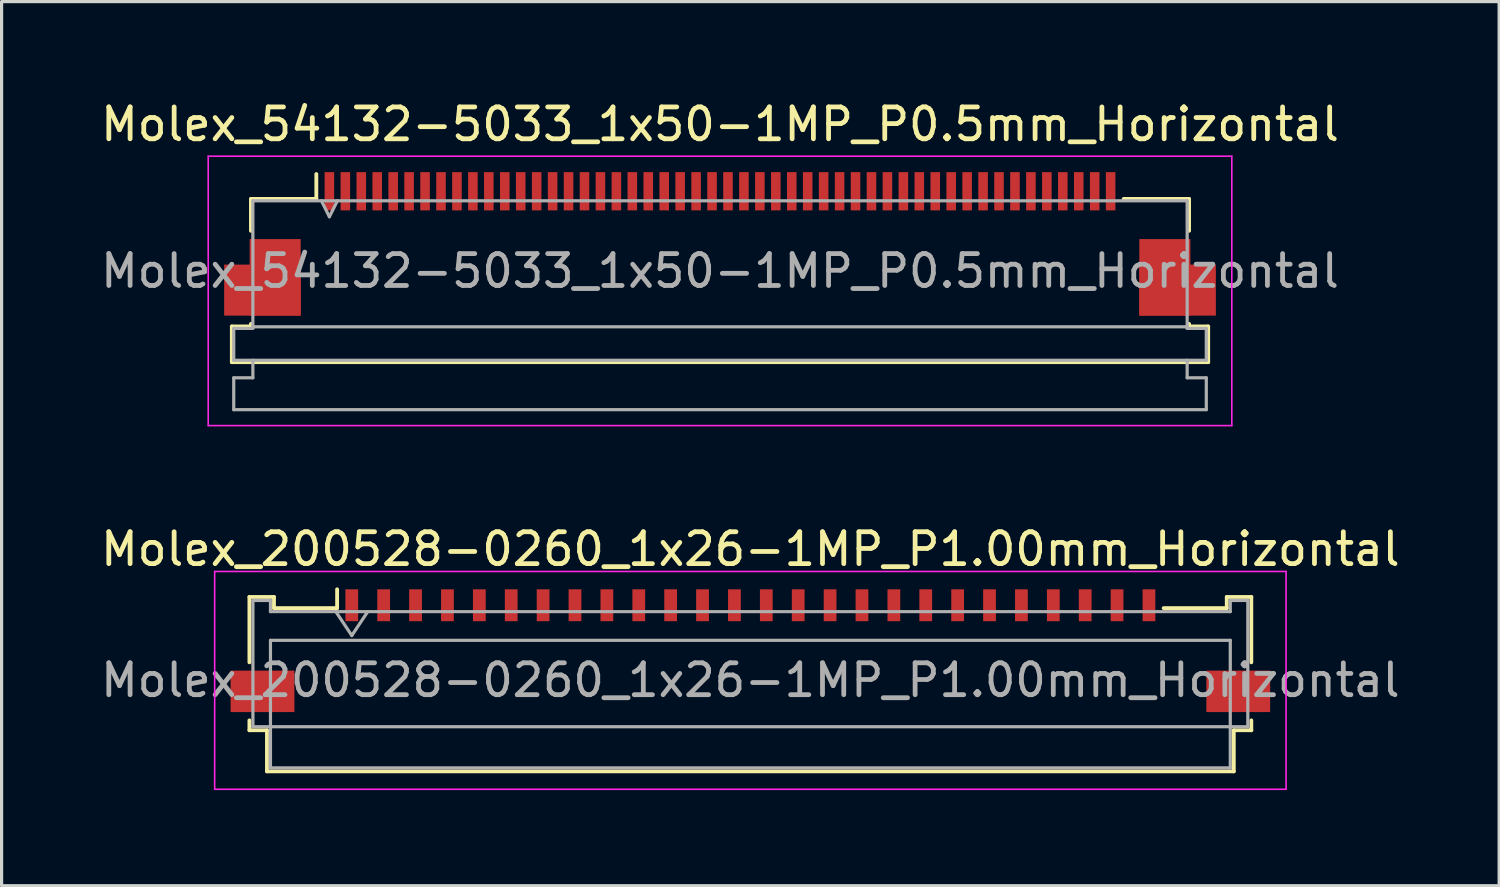
<source format=kicad_pcb>
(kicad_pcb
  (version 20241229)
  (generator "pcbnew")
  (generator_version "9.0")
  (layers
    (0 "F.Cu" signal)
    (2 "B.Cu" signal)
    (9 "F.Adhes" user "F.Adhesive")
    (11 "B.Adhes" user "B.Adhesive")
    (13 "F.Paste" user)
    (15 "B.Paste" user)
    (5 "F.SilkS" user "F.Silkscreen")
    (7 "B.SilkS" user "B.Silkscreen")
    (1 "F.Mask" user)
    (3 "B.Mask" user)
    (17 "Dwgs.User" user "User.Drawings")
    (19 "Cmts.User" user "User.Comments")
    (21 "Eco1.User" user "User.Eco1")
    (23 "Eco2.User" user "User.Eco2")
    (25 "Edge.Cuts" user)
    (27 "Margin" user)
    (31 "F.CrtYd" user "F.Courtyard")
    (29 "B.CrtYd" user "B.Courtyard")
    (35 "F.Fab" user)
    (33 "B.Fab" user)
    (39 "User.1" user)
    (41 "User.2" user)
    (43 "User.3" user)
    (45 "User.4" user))
  (footprint "Molex_200528-0260_1x26-1MP_P1.00mm_Horizontal"
    (layer "F.Cu")
    (at 20.482 16.841)
    (property "Reference" "Molex_200528-0260_1x26-1MP_P1.00mm_Horizontal" (at 0 -2.67 0) (layer "F.SilkS") (effects (font (size 1 1) (thickness 0.15))))
    (attr smd)
    (fp_line (start -15.71 -1.17) (end -15.71 0.88) (stroke (width 0.12) (type solid)) (layer "F.SilkS"))
    (fp_line (start -15.71 2.7) (end -15.71 3.01) (stroke (width 0.12) (type solid)) (layer "F.SilkS"))
    (fp_line (start -15.71 3.01) (end -15.16 3.01) (stroke (width 0.12) (type solid)) (layer "F.SilkS"))
    (fp_line (start -15.16 3.01) (end -15.16 4.3) (stroke (width 0.12) (type solid)) (layer "F.SilkS"))
    (fp_line (start -15.16 4.3) (end 15.16 4.3) (stroke (width 0.12) (type solid)) (layer "F.SilkS"))
    (fp_line (start -14.94 -1.17) (end -15.71 -1.17) (stroke (width 0.12) (type solid)) (layer "F.SilkS"))
    (fp_line (start -14.94 -0.82) (end -14.94 -1.17) (stroke (width 0.12) (type solid)) (layer "F.SilkS"))
    (fp_line (start -12.96 -1.41) (end -12.96 -0.82) (stroke (width 0.12) (type solid)) (layer "F.SilkS"))
    (fp_line (start -12.96 -0.82) (end -14.94 -0.82) (stroke (width 0.12) (type solid)) (layer "F.SilkS"))
    (fp_line (start 14.94 -1.17) (end 14.94 -0.82) (stroke (width 0.12) (type solid)) (layer "F.SilkS"))
    (fp_line (start 14.94 -0.82) (end 12.96 -0.82) (stroke (width 0.12) (type solid)) (layer "F.SilkS"))
    (fp_line (start 15.16 3.01) (end 15.71 3.01) (stroke (width 0.12) (type solid)) (layer "F.SilkS"))
    (fp_line (start 15.16 4.3) (end 15.16 3.01) (stroke (width 0.12) (type solid)) (layer "F.SilkS"))
    (fp_line (start 15.71 -1.17) (end 14.94 -1.17) (stroke (width 0.12) (type solid)) (layer "F.SilkS"))
    (fp_line (start 15.71 0.88) (end 15.71 -1.17) (stroke (width 0.12) (type solid)) (layer "F.SilkS"))
    (fp_line (start 15.71 3.01) (end 15.71 2.7) (stroke (width 0.12) (type solid)) (layer "F.SilkS"))
    (fp_line (start -16.8 -1.97) (end -16.8 4.86) (stroke (width 0.05) (type solid)) (layer "F.CrtYd"))
    (fp_line (start -16.8 4.86) (end 16.8 4.86) (stroke (width 0.05) (type solid)) (layer "F.CrtYd"))
    (fp_line (start 16.8 -1.97) (end -16.8 -1.97) (stroke (width 0.05) (type solid)) (layer "F.CrtYd"))
    (fp_line (start 16.8 4.86) (end 16.8 -1.97) (stroke (width 0.05) (type solid)) (layer "F.CrtYd"))
    (fp_line (start -15.6 -1.06) (end -15.6 2.9) (stroke (width 0.1) (type solid)) (layer "F.Fab"))
    (fp_line (start -15.6 2.9) (end 15.6 2.9) (stroke (width 0.1) (type solid)) (layer "F.Fab"))
    (fp_line (start -15.05 -1.06) (end -15.6 -1.06) (stroke (width 0.1) (type solid)) (layer "F.Fab"))
    (fp_line (start -15.05 -0.71) (end -15.05 -1.06) (stroke (width 0.1) (type solid)) (layer "F.Fab"))
    (fp_line (start -15.05 0.19) (end -15.05 4.19) (stroke (width 0.1) (type solid)) (layer "F.Fab"))
    (fp_line (start -15.05 4.19) (end 15.05 4.19) (stroke (width 0.1) (type solid)) (layer "F.Fab"))
    (fp_line (start -13 -0.71) (end -12.5 0.04) (stroke (width 0.1) (type solid)) (layer "F.Fab"))
    (fp_line (start -12.5 0.04) (end -12 -0.71) (stroke (width 0.1) (type solid)) (layer "F.Fab"))
    (fp_line (start 15.05 -1.06) (end 15.05 -0.71) (stroke (width 0.1) (type solid)) (layer "F.Fab"))
    (fp_line (start 15.05 -0.71) (end -15.05 -0.71) (stroke (width 0.1) (type solid)) (layer "F.Fab"))
    (fp_line (start 15.05 0.19) (end -15.05 0.19) (stroke (width 0.1) (type solid)) (layer "F.Fab"))
    (fp_line (start 15.05 4.19) (end 15.05 0.19) (stroke (width 0.1) (type solid)) (layer "F.Fab"))
    (fp_line (start 15.6 -1.06) (end 15.05 -1.06) (stroke (width 0.1) (type solid)) (layer "F.Fab"))
    (fp_line (start 15.6 2.9) (end 15.6 -1.06) (stroke (width 0.1) (type solid)) (layer "F.Fab"))
    (fp_text user "${REFERENCE}" (at 0 1.44 0) (layer "F.Fab") (effects (font (size 1 1) (thickness 0.15))))
    (pad "1" smd rect (at -12.5 -0.91) (size 0.4 1) (layers "F.Cu" "F.Mask" "F.Paste"))
    (pad "2" smd rect (at -11.5 -0.91) (size 0.4 1) (layers "F.Cu" "F.Mask" "F.Paste"))
    (pad "3" smd rect (at -10.5 -0.91) (size 0.4 1) (layers "F.Cu" "F.Mask" "F.Paste"))
    (pad "4" smd rect (at -9.5 -0.91) (size 0.4 1) (layers "F.Cu" "F.Mask" "F.Paste"))
    (pad "5" smd rect (at -8.5 -0.91) (size 0.4 1) (layers "F.Cu" "F.Mask" "F.Paste"))
    (pad "6" smd rect (at -7.5 -0.91) (size 0.4 1) (layers "F.Cu" "F.Mask" "F.Paste"))
    (pad "7" smd rect (at -6.5 -0.91) (size 0.4 1) (layers "F.Cu" "F.Mask" "F.Paste"))
    (pad "8" smd rect (at -5.5 -0.91) (size 0.4 1) (layers "F.Cu" "F.Mask" "F.Paste"))
    (pad "9" smd rect (at -4.5 -0.91) (size 0.4 1) (layers "F.Cu" "F.Mask" "F.Paste"))
    (pad "10" smd rect (at -3.5 -0.91) (size 0.4 1) (layers "F.Cu" "F.Mask" "F.Paste"))
    (pad "11" smd rect (at -2.5 -0.91) (size 0.4 1) (layers "F.Cu" "F.Mask" "F.Paste"))
    (pad "12" smd rect (at -1.5 -0.91) (size 0.4 1) (layers "F.Cu" "F.Mask" "F.Paste"))
    (pad "13" smd rect (at -0.5 -0.91) (size 0.4 1) (layers "F.Cu" "F.Mask" "F.Paste"))
    (pad "14" smd rect (at 0.5 -0.91) (size 0.4 1) (layers "F.Cu" "F.Mask" "F.Paste"))
    (pad "15" smd rect (at 1.5 -0.91) (size 0.4 1) (layers "F.Cu" "F.Mask" "F.Paste"))
    (pad "16" smd rect (at 2.5 -0.91) (size 0.4 1) (layers "F.Cu" "F.Mask" "F.Paste"))
    (pad "17" smd rect (at 3.5 -0.91) (size 0.4 1) (layers "F.Cu" "F.Mask" "F.Paste"))
    (pad "18" smd rect (at 4.5 -0.91) (size 0.4 1) (layers "F.Cu" "F.Mask" "F.Paste"))
    (pad "19" smd rect (at 5.5 -0.91) (size 0.4 1) (layers "F.Cu" "F.Mask" "F.Paste"))
    (pad "20" smd rect (at 6.5 -0.91) (size 0.4 1) (layers "F.Cu" "F.Mask" "F.Paste"))
    (pad "21" smd rect (at 7.5 -0.91) (size 0.4 1) (layers "F.Cu" "F.Mask" "F.Paste"))
    (pad "22" smd rect (at 8.5 -0.91) (size 0.4 1) (layers "F.Cu" "F.Mask" "F.Paste"))
    (pad "23" smd rect (at 9.5 -0.91) (size 0.4 1) (layers "F.Cu" "F.Mask" "F.Paste"))
    (pad "24" smd rect (at 10.5 -0.91) (size 0.4 1) (layers "F.Cu" "F.Mask" "F.Paste"))
    (pad "25" smd rect (at 11.5 -0.91) (size 0.4 1) (layers "F.Cu" "F.Mask" "F.Paste"))
    (pad "26" smd rect (at 12.5 -0.91) (size 0.4 1) (layers "F.Cu" "F.Mask" "F.Paste"))
    (pad "MP" smd rect (at -15.3 1.79) (size 2 1.3) (layers "F.Cu" "F.Mask" "F.Paste"))
    (pad "MP" smd rect (at 15.3 1.79) (size 2 1.3) (layers "F.Cu" "F.Mask" "F.Paste")))
  (footprint "Molex_54132-5033_1x50-1MP_P0.5mm_Horizontal"
    (layer "F.Cu")
    (at 19.53 4.598)
    (property "Reference" "Molex_54132-5033_1x50-1MP_P0.5mm_Horizontal" (at 0 -3.75 0) (layer "F.SilkS") (effects (font (size 1 1) (thickness 0.15))))
    (attr smd)
    (fp_line (start -15.31 2.59) (end -15.31 3.71) (stroke (width 0.12) (type solid)) (layer "F.SilkS"))
    (fp_line (start -15.31 2.59) (end -14.71 2.59) (stroke (width 0.12) (type solid)) (layer "F.SilkS"))
    (fp_line (start -14.71 -1.41) (end -14.71 -0.41) (stroke (width 0.12) (type solid)) (layer "F.SilkS"))
    (fp_line (start -14.71 2.59) (end -14.71 2.51) (stroke (width 0.12) (type solid)) (layer "F.SilkS"))
    (fp_line (start -12.66 -1.41) (end -14.71 -1.41) (stroke (width 0.12) (type solid)) (layer "F.SilkS"))
    (fp_line (start -12.66 -1.41) (end -12.66 -2.19) (stroke (width 0.12) (type solid)) (layer "F.SilkS"))
    (fp_line (start 14.71 -1.41) (end 12.66 -1.41) (stroke (width 0.12) (type solid)) (layer "F.SilkS"))
    (fp_line (start 14.71 -1.41) (end 14.71 -0.41) (stroke (width 0.12) (type solid)) (layer "F.SilkS"))
    (fp_line (start 14.71 2.59) (end 14.71 2.51) (stroke (width 0.12) (type solid)) (layer "F.SilkS"))
    (fp_line (start 14.71 2.59) (end 15.31 2.59) (stroke (width 0.12) (type solid)) (layer "F.SilkS"))
    (fp_line (start 15.31 2.59) (end 15.31 3.71) (stroke (width 0.12) (type solid)) (layer "F.SilkS"))
    (fp_line (start 15.31 3.71) (end -15.31 3.71) (stroke (width 0.12) (type solid)) (layer "F.SilkS"))
    (fp_line (start -16.05 -2.75) (end -16.05 5.7) (stroke (width 0.05) (type solid)) (layer "F.CrtYd"))
    (fp_line (start -16.05 -2.75) (end 16.05 -2.75) (stroke (width 0.05) (type solid)) (layer "F.CrtYd"))
    (fp_line (start 16.05 5.7) (end -16.05 5.7) (stroke (width 0.05) (type solid)) (layer "F.CrtYd"))
    (fp_line (start 16.05 5.7) (end 16.05 -2.75) (stroke (width 0.05) (type solid)) (layer "F.CrtYd"))
    (fp_line (start -15.25 2.65) (end -15.25 3.65) (stroke (width 0.1) (type solid)) (layer "F.Fab"))
    (fp_line (start -15.25 2.65) (end -14.65 2.65) (stroke (width 0.1) (type solid)) (layer "F.Fab"))
    (fp_line (start -15.25 3.65) (end 15.25 3.65) (stroke (width 0.1) (type solid)) (layer "F.Fab"))
    (fp_line (start -15.25 4.2) (end -15.25 5.2) (stroke (width 0.1) (type solid)) (layer "F.Fab"))
    (fp_line (start -15.25 4.2) (end -14.65 4.2) (stroke (width 0.1) (type solid)) (layer "F.Fab"))
    (fp_line (start -15.25 5.2) (end 15.25 5.2) (stroke (width 0.1) (type solid)) (layer "F.Fab"))
    (fp_line (start -14.65 -1.35) (end -14.65 2.6) (stroke (width 0.1) (type solid)) (layer "F.Fab"))
    (fp_line (start -14.65 -1.35) (end 14.65 -1.35) (stroke (width 0.1) (type solid)) (layer "F.Fab"))
    (fp_line (start -14.65 2.6) (end -14.65 2.65) (stroke (width 0.1) (type solid)) (layer "F.Fab"))
    (fp_line (start -14.65 2.6) (end 14.65 2.6) (stroke (width 0.1) (type solid)) (layer "F.Fab"))
    (fp_line (start -14.65 3.65) (end -14.65 4.2) (stroke (width 0.1) (type solid)) (layer "F.Fab"))
    (fp_line (start -12.5 -1.35) (end -12.25 -0.85) (stroke (width 0.1) (type solid)) (layer "F.Fab"))
    (fp_line (start -12.25 -0.85) (end -12 -1.35) (stroke (width 0.1) (type solid)) (layer "F.Fab"))
    (fp_line (start 14.65 -1.35) (end 14.65 2.6) (stroke (width 0.1) (type solid)) (layer "F.Fab"))
    (fp_line (start 14.65 2.6) (end 14.65 2.65) (stroke (width 0.1) (type solid)) (layer "F.Fab"))
    (fp_line (start 14.65 2.65) (end 15.25 2.65) (stroke (width 0.1) (type solid)) (layer "F.Fab"))
    (fp_line (start 14.65 3.65) (end 14.65 4.2) (stroke (width 0.1) (type solid)) (layer "F.Fab"))
    (fp_line (start 14.65 4.2) (end 15.25 4.2) (stroke (width 0.1) (type solid)) (layer "F.Fab"))
    (fp_line (start 15.25 2.65) (end 15.25 3.65) (stroke (width 0.1) (type solid)) (layer "F.Fab"))
    (fp_line (start 15.25 4.2) (end 15.25 5.2) (stroke (width 0.1) (type solid)) (layer "F.Fab"))
    (fp_text user "${REFERENCE}" (at 0 0.85 0) (layer "F.Fab") (effects (font (size 1 1) (thickness 0.15))))
    (pad "1" smd rect (at -12.25 -1.65) (size 0.3 1.2) (layers "F.Cu" "F.Mask" "F.Paste"))
    (pad "2" smd rect (at -11.75 -1.65) (size 0.3 1.2) (layers "F.Cu" "F.Mask" "F.Paste"))
    (pad "3" smd rect (at -11.25 -1.65) (size 0.3 1.2) (layers "F.Cu" "F.Mask" "F.Paste"))
    (pad "4" smd rect (at -10.75 -1.65) (size 0.3 1.2) (layers "F.Cu" "F.Mask" "F.Paste"))
    (pad "5" smd rect (at -10.25 -1.65) (size 0.3 1.2) (layers "F.Cu" "F.Mask" "F.Paste"))
    (pad "6" smd rect (at -9.75 -1.65) (size 0.3 1.2) (layers "F.Cu" "F.Mask" "F.Paste"))
    (pad "7" smd rect (at -9.25 -1.65) (size 0.3 1.2) (layers "F.Cu" "F.Mask" "F.Paste"))
    (pad "8" smd rect (at -8.75 -1.65) (size 0.3 1.2) (layers "F.Cu" "F.Mask" "F.Paste"))
    (pad "9" smd rect (at -8.25 -1.65) (size 0.3 1.2) (layers "F.Cu" "F.Mask" "F.Paste"))
    (pad "10" smd rect (at -7.75 -1.65) (size 0.3 1.2) (layers "F.Cu" "F.Mask" "F.Paste"))
    (pad "11" smd rect (at -7.25 -1.65) (size 0.3 1.2) (layers "F.Cu" "F.Mask" "F.Paste"))
    (pad "12" smd rect (at -6.75 -1.65) (size 0.3 1.2) (layers "F.Cu" "F.Mask" "F.Paste"))
    (pad "13" smd rect (at -6.25 -1.65) (size 0.3 1.2) (layers "F.Cu" "F.Mask" "F.Paste"))
    (pad "14" smd rect (at -5.75 -1.65) (size 0.3 1.2) (layers "F.Cu" "F.Mask" "F.Paste"))
    (pad "15" smd rect (at -5.25 -1.65) (size 0.3 1.2) (layers "F.Cu" "F.Mask" "F.Paste"))
    (pad "16" smd rect (at -4.75 -1.65) (size 0.3 1.2) (layers "F.Cu" "F.Mask" "F.Paste"))
    (pad "17" smd rect (at -4.25 -1.65) (size 0.3 1.2) (layers "F.Cu" "F.Mask" "F.Paste"))
    (pad "18" smd rect (at -3.75 -1.65) (size 0.3 1.2) (layers "F.Cu" "F.Mask" "F.Paste"))
    (pad "19" smd rect (at -3.25 -1.65) (size 0.3 1.2) (layers "F.Cu" "F.Mask" "F.Paste"))
    (pad "20" smd rect (at -2.75 -1.65) (size 0.3 1.2) (layers "F.Cu" "F.Mask" "F.Paste"))
    (pad "21" smd rect (at -2.25 -1.65) (size 0.3 1.2) (layers "F.Cu" "F.Mask" "F.Paste"))
    (pad "22" smd rect (at -1.75 -1.65) (size 0.3 1.2) (layers "F.Cu" "F.Mask" "F.Paste"))
    (pad "23" smd rect (at -1.25 -1.65) (size 0.3 1.2) (layers "F.Cu" "F.Mask" "F.Paste"))
    (pad "24" smd rect (at -0.75 -1.65) (size 0.3 1.2) (layers "F.Cu" "F.Mask" "F.Paste"))
    (pad "25" smd rect (at -0.25 -1.65) (size 0.3 1.2) (layers "F.Cu" "F.Mask" "F.Paste"))
    (pad "26" smd rect (at 0.25 -1.65) (size 0.3 1.2) (layers "F.Cu" "F.Mask" "F.Paste"))
    (pad "27" smd rect (at 0.75 -1.65) (size 0.3 1.2) (layers "F.Cu" "F.Mask" "F.Paste"))
    (pad "28" smd rect (at 1.25 -1.65) (size 0.3 1.2) (layers "F.Cu" "F.Mask" "F.Paste"))
    (pad "29" smd rect (at 1.75 -1.65) (size 0.3 1.2) (layers "F.Cu" "F.Mask" "F.Paste"))
    (pad "30" smd rect (at 2.25 -1.65) (size 0.3 1.2) (layers "F.Cu" "F.Mask" "F.Paste"))
    (pad "31" smd rect (at 2.75 -1.65) (size 0.3 1.2) (layers "F.Cu" "F.Mask" "F.Paste"))
    (pad "32" smd rect (at 3.25 -1.65) (size 0.3 1.2) (layers "F.Cu" "F.Mask" "F.Paste"))
    (pad "33" smd rect (at 3.75 -1.65) (size 0.3 1.2) (layers "F.Cu" "F.Mask" "F.Paste"))
    (pad "34" smd rect (at 4.25 -1.65) (size 0.3 1.2) (layers "F.Cu" "F.Mask" "F.Paste"))
    (pad "35" smd rect (at 4.75 -1.65) (size 0.3 1.2) (layers "F.Cu" "F.Mask" "F.Paste"))
    (pad "36" smd rect (at 5.25 -1.65) (size 0.3 1.2) (layers "F.Cu" "F.Mask" "F.Paste"))
    (pad "37" smd rect (at 5.75 -1.65) (size 0.3 1.2) (layers "F.Cu" "F.Mask" "F.Paste"))
    (pad "38" smd rect (at 6.25 -1.65) (size 0.3 1.2) (layers "F.Cu" "F.Mask" "F.Paste"))
    (pad "39" smd rect (at 6.75 -1.65) (size 0.3 1.2) (layers "F.Cu" "F.Mask" "F.Paste"))
    (pad "40" smd rect (at 7.25 -1.65) (size 0.3 1.2) (layers "F.Cu" "F.Mask" "F.Paste"))
    (pad "41" smd rect (at 7.75 -1.65) (size 0.3 1.2) (layers "F.Cu" "F.Mask" "F.Paste"))
    (pad "42" smd rect (at 8.25 -1.65) (size 0.3 1.2) (layers "F.Cu" "F.Mask" "F.Paste"))
    (pad "43" smd rect (at 8.75 -1.65) (size 0.3 1.2) (layers "F.Cu" "F.Mask" "F.Paste"))
    (pad "44" smd rect (at 9.25 -1.65) (size 0.3 1.2) (layers "F.Cu" "F.Mask" "F.Paste"))
    (pad "45" smd rect (at 9.75 -1.65) (size 0.3 1.2) (layers "F.Cu" "F.Mask" "F.Paste"))
    (pad "46" smd rect (at 10.25 -1.65) (size 0.3 1.2) (layers "F.Cu" "F.Mask" "F.Paste"))
    (pad "47" smd rect (at 10.75 -1.65) (size 0.3 1.2) (layers "F.Cu" "F.Mask" "F.Paste"))
    (pad "48" smd rect (at 11.25 -1.65) (size 0.3 1.2) (layers "F.Cu" "F.Mask" "F.Paste"))
    (pad "49" smd rect (at 11.75 -1.65) (size 0.3 1.2) (layers "F.Cu" "F.Mask" "F.Paste"))
    (pad "50" smd rect (at 12.25 -1.65) (size 0.3 1.2) (layers "F.Cu" "F.Mask" "F.Paste"))
    (pad "MP" smd rect (at -14.35 1.45) (size 2.4 1.6) (layers "F.Cu" "F.Mask" "F.Paste"))
    (pad "MP" smd rect (at -13.95 1.05) (size 1.6 2.4) (layers "F.Cu" "F.Mask" "F.Paste"))
    (pad "MP" smd rect (at 13.95 1.05) (size 1.6 2.4) (layers "F.Cu" "F.Mask" "F.Paste"))
    (pad "MP" smd rect (at 14.35 1.45) (size 2.4 1.6) (layers "F.Cu" "F.Mask" "F.Paste")))
  (gr_rect
    (start -3 -3)
    (end 43.964 24.727)
    (stroke (width 0.1) (type default))
    (fill no)
    (layer "Edge.Cuts")))
</source>
